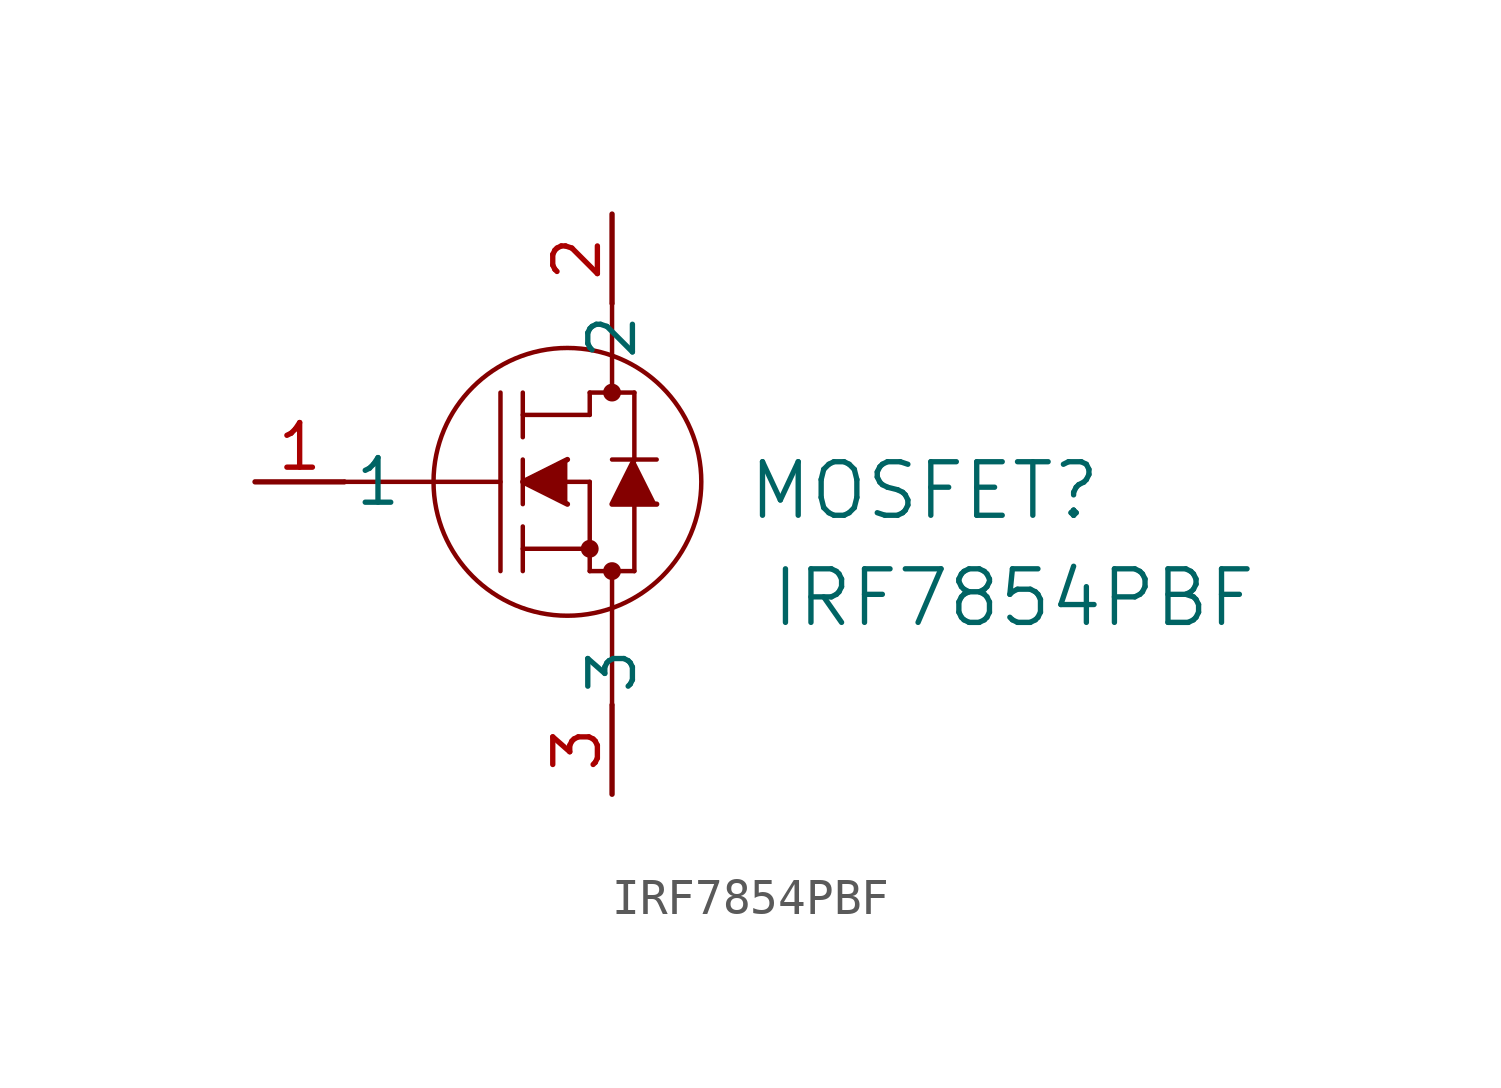
<source format=kicad_sym>
(kicad_symbol_lib
  (version 20231120)
  (generator "kicad_symbol_editor")
  (generator_version "8.0")
  (symbol "IRF7854PBF"
    (pin_names
      (offset 0.254))
    (property "Reference" "MOSFET"
      (at 29.21 -1.524 0)
      (effects (font (size 1.524 1.524))))
    (property "Value" "IRF7854PBF"
      (at 31.75 -4.572 0)
      (effects (font (size 1.524 1.524))))
    (property "ki_locked" ""
      (at 0 0 0)
      (effects (font (size 1.27 1.27))))
    (symbol "IRF7854PBF_0_1"
      (polyline (pts (xy 12.7 -1.27) (xy 17.145 -1.27)) (stroke (width 0.127) (type default)) (fill (type none)))
      (polyline (pts (xy 17.145 -3.81) (xy 17.145 1.27)) (stroke (width 0.127) (type default)) (fill (type none)))
      (polyline (pts (xy 17.78 -3.81) (xy 17.78 -2.54)) (stroke (width 0.127) (type default)) (fill (type none)))
      (polyline (pts (xy 17.78 -3.175) (xy 19.685 -3.175)) (stroke (width 0.127) (type default)) (fill (type none)))
      (polyline (pts (xy 17.78 -1.905) (xy 17.78 -0.635)) (stroke (width 0.127) (type default)) (fill (type none)))
      (polyline (pts (xy 17.78 0) (xy 17.78 1.27)) (stroke (width 0.127) (type default)) (fill (type none)))
      (polyline (pts (xy 17.78 0.635) (xy 19.685 0.635)) (stroke (width 0.127) (type default)) (fill (type none)))
      (polyline (pts (xy 19.05 -1.27) (xy 19.685 -1.27)) (stroke (width 0.127) (type default)) (fill (type none)))
      (polyline (pts (xy 19.685 -3.81) (xy 19.685 -1.27)) (stroke (width 0.127) (type default)) (fill (type none)))
      (polyline (pts (xy 19.685 -3.81) (xy 20.955 -3.81)) (stroke (width 0.127) (type default)) (fill (type none)))
      (polyline (pts (xy 19.685 0.635) (xy 19.685 1.27)) (stroke (width 0.127) (type default)) (fill (type none)))
      (polyline (pts (xy 19.685 1.27) (xy 20.955 1.27)) (stroke (width 0.127) (type default)) (fill (type none)))
      (polyline (pts (xy 20.32 -7.62) (xy 20.32 -3.81)) (stroke (width 0.127) (type default)) (fill (type none)))
      (polyline (pts (xy 20.32 3.81) (xy 20.32 1.27)) (stroke (width 0.127) (type default)) (fill (type none)))
      (polyline (pts (xy 20.955 -3.81) (xy 20.955 -1.905)) (stroke (width 0.127) (type default)) (fill (type none)))
      (polyline (pts (xy 20.955 -0.635) (xy 20.955 1.27)) (stroke (width 0.127) (type default)) (fill (type none)))
      (polyline (pts (xy 21.59 -0.635) (xy 20.32 -0.635)) (stroke (width 0.127) (type default)) (fill (type none)))
      (polyline (pts (xy 19.05 -0.635) (xy 17.78 -1.27) (xy 19.05 -1.905)) (stroke (width 0) (type default)) (fill (type outline)))
      (polyline (pts (xy 21.59 -1.905) (xy 20.32 -1.905) (xy 20.955 -0.635)) (stroke (width 0) (type default)) (fill (type outline)))
      (circle (center 19.05 -1.27) (radius 3.81) (stroke (width 0.127) (type default)) (fill (type none)))
      (circle (center 19.685 -3.175) (radius 0.127) (stroke (width 0.254) (type default)) (fill (type none)))
      (circle (center 20.32 -3.81) (radius 0.127) (stroke (width 0.254) (type default)) (fill (type none)))
      (circle (center 20.32 1.27) (radius 0.127) (stroke (width 0.254) (type default)) (fill (type none))))
    (symbol "IRF7854PBF_1_1"
      (pin unspecified line (at 10.16 -1.27 0) (length 2.54) (name "1" (effects (font (size 1.27 1.27)))) (number "1" (effects (font (size 1.27 1.27)))))
      (pin unspecified line (at 20.32 6.35 270) (length 2.54) (name "2" (effects (font (size 1.27 1.27)))) (number "2" (effects (font (size 1.27 1.27)))))
      (pin unspecified line (at 20.32 -10.16 90) (length 2.54) (name "3" (effects (font (size 1.27 1.27)))) (number "3" (effects (font (size 1.27 1.27))))))))
</source>
